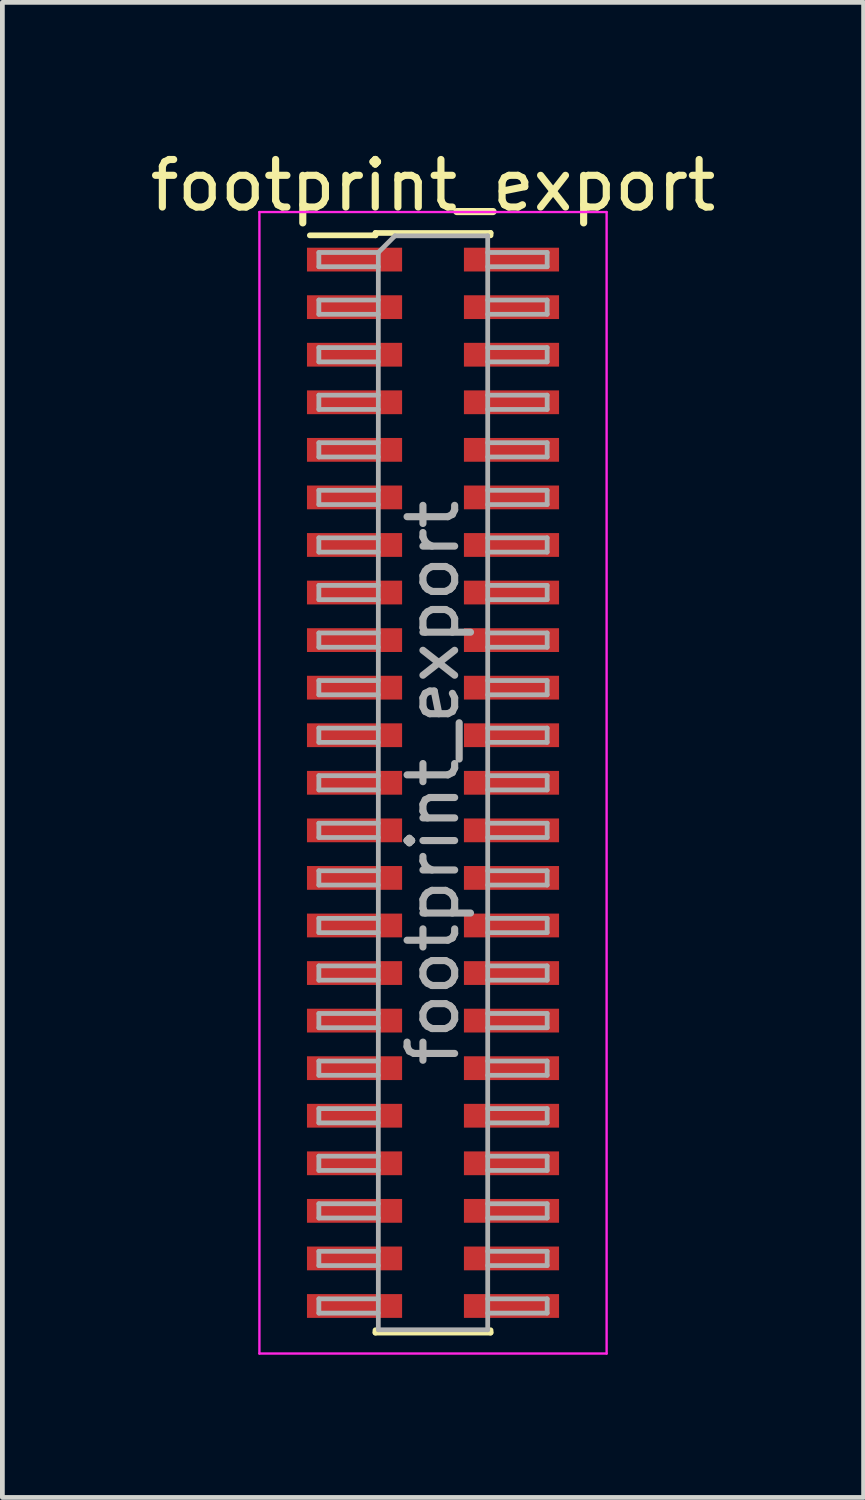
<source format=kicad_pcb>
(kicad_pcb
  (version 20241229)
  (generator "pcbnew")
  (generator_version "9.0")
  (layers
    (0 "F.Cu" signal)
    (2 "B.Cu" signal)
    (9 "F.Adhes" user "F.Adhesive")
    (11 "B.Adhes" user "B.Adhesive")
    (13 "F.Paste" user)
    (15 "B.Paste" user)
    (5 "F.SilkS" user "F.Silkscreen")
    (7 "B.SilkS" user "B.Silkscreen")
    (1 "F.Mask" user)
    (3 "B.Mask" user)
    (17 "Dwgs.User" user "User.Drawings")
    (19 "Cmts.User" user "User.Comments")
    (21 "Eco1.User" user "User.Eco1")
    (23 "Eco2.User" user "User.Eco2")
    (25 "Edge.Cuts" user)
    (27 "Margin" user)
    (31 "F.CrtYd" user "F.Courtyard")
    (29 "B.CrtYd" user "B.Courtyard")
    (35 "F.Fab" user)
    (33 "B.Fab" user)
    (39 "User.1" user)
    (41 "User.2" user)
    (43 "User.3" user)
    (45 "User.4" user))
  (footprint "footprint_export"
    (layer "F.Cu")
    (at 6.054 13.408)
    (property "Reference" "footprint_export" (at 0 -12.56 0) (layer "F.SilkS") (effects (font (size 1 1) (thickness 0.15))))
    (attr smd)
    (fp_line (start -2.59 -11.51) (end -1.21 -11.51) (stroke (width 0.12) (type solid)) (layer "F.SilkS"))
    (fp_line (start -1.21 -11.56) (end -1.21 -11.51) (stroke (width 0.12) (type solid)) (layer "F.SilkS"))
    (fp_line (start -1.21 -11.56) (end 1.21 -11.56) (stroke (width 0.12) (type solid)) (layer "F.SilkS"))
    (fp_line (start -1.21 11.51) (end -1.21 11.56) (stroke (width 0.12) (type solid)) (layer "F.SilkS"))
    (fp_line (start -1.21 11.56) (end 1.21 11.56) (stroke (width 0.12) (type solid)) (layer "F.SilkS"))
    (fp_line (start 1.21 -11.56) (end 1.21 -11.51) (stroke (width 0.12) (type solid)) (layer "F.SilkS"))
    (fp_line (start 1.21 11.51) (end 1.21 11.56) (stroke (width 0.12) (type solid)) (layer "F.SilkS"))
    (fp_line (start -3.65 -12) (end -3.65 12) (stroke (width 0.05) (type solid)) (layer "F.CrtYd"))
    (fp_line (start -3.65 12) (end 3.65 12) (stroke (width 0.05) (type solid)) (layer "F.CrtYd"))
    (fp_line (start 3.65 -12) (end -3.65 -12) (stroke (width 0.05) (type solid)) (layer "F.CrtYd"))
    (fp_line (start 3.65 12) (end 3.65 -12) (stroke (width 0.05) (type solid)) (layer "F.CrtYd"))
    (fp_line (start -2.4 -11.15) (end -2.4 -10.85) (stroke (width 0.1) (type solid)) (layer "F.Fab"))
    (fp_line (start -2.4 -10.85) (end -1.15 -10.85) (stroke (width 0.1) (type solid)) (layer "F.Fab"))
    (fp_line (start -2.4 -10.15) (end -2.4 -9.85) (stroke (width 0.1) (type solid)) (layer "F.Fab"))
    (fp_line (start -2.4 -9.85) (end -1.15 -9.85) (stroke (width 0.1) (type solid)) (layer "F.Fab"))
    (fp_line (start -2.4 -9.15) (end -2.4 -8.85) (stroke (width 0.1) (type solid)) (layer "F.Fab"))
    (fp_line (start -2.4 -8.85) (end -1.15 -8.85) (stroke (width 0.1) (type solid)) (layer "F.Fab"))
    (fp_line (start -2.4 -8.15) (end -2.4 -7.85) (stroke (width 0.1) (type solid)) (layer "F.Fab"))
    (fp_line (start -2.4 -7.85) (end -1.15 -7.85) (stroke (width 0.1) (type solid)) (layer "F.Fab"))
    (fp_line (start -2.4 -7.15) (end -2.4 -6.85) (stroke (width 0.1) (type solid)) (layer "F.Fab"))
    (fp_line (start -2.4 -6.85) (end -1.15 -6.85) (stroke (width 0.1) (type solid)) (layer "F.Fab"))
    (fp_line (start -2.4 -6.15) (end -2.4 -5.85) (stroke (width 0.1) (type solid)) (layer "F.Fab"))
    (fp_line (start -2.4 -5.85) (end -1.15 -5.85) (stroke (width 0.1) (type solid)) (layer "F.Fab"))
    (fp_line (start -2.4 -5.15) (end -2.4 -4.85) (stroke (width 0.1) (type solid)) (layer "F.Fab"))
    (fp_line (start -2.4 -4.85) (end -1.15 -4.85) (stroke (width 0.1) (type solid)) (layer "F.Fab"))
    (fp_line (start -2.4 -4.15) (end -2.4 -3.85) (stroke (width 0.1) (type solid)) (layer "F.Fab"))
    (fp_line (start -2.4 -3.85) (end -1.15 -3.85) (stroke (width 0.1) (type solid)) (layer "F.Fab"))
    (fp_line (start -2.4 -3.15) (end -2.4 -2.85) (stroke (width 0.1) (type solid)) (layer "F.Fab"))
    (fp_line (start -2.4 -2.85) (end -1.15 -2.85) (stroke (width 0.1) (type solid)) (layer "F.Fab"))
    (fp_line (start -2.4 -2.15) (end -2.4 -1.85) (stroke (width 0.1) (type solid)) (layer "F.Fab"))
    (fp_line (start -2.4 -1.85) (end -1.15 -1.85) (stroke (width 0.1) (type solid)) (layer "F.Fab"))
    (fp_line (start -2.4 -1.15) (end -2.4 -0.85) (stroke (width 0.1) (type solid)) (layer "F.Fab"))
    (fp_line (start -2.4 -0.85) (end -1.15 -0.85) (stroke (width 0.1) (type solid)) (layer "F.Fab"))
    (fp_line (start -2.4 -0.15) (end -2.4 0.15) (stroke (width 0.1) (type solid)) (layer "F.Fab"))
    (fp_line (start -2.4 0.15) (end -1.15 0.15) (stroke (width 0.1) (type solid)) (layer "F.Fab"))
    (fp_line (start -2.4 0.85) (end -2.4 1.15) (stroke (width 0.1) (type solid)) (layer "F.Fab"))
    (fp_line (start -2.4 1.15) (end -1.15 1.15) (stroke (width 0.1) (type solid)) (layer "F.Fab"))
    (fp_line (start -2.4 1.85) (end -2.4 2.15) (stroke (width 0.1) (type solid)) (layer "F.Fab"))
    (fp_line (start -2.4 2.15) (end -1.15 2.15) (stroke (width 0.1) (type solid)) (layer "F.Fab"))
    (fp_line (start -2.4 2.85) (end -2.4 3.15) (stroke (width 0.1) (type solid)) (layer "F.Fab"))
    (fp_line (start -2.4 3.15) (end -1.15 3.15) (stroke (width 0.1) (type solid)) (layer "F.Fab"))
    (fp_line (start -2.4 3.85) (end -2.4 4.15) (stroke (width 0.1) (type solid)) (layer "F.Fab"))
    (fp_line (start -2.4 4.15) (end -1.15 4.15) (stroke (width 0.1) (type solid)) (layer "F.Fab"))
    (fp_line (start -2.4 4.85) (end -2.4 5.15) (stroke (width 0.1) (type solid)) (layer "F.Fab"))
    (fp_line (start -2.4 5.15) (end -1.15 5.15) (stroke (width 0.1) (type solid)) (layer "F.Fab"))
    (fp_line (start -2.4 5.85) (end -2.4 6.15) (stroke (width 0.1) (type solid)) (layer "F.Fab"))
    (fp_line (start -2.4 6.15) (end -1.15 6.15) (stroke (width 0.1) (type solid)) (layer "F.Fab"))
    (fp_line (start -2.4 6.85) (end -2.4 7.15) (stroke (width 0.1) (type solid)) (layer "F.Fab"))
    (fp_line (start -2.4 7.15) (end -1.15 7.15) (stroke (width 0.1) (type solid)) (layer "F.Fab"))
    (fp_line (start -2.4 7.85) (end -2.4 8.15) (stroke (width 0.1) (type solid)) (layer "F.Fab"))
    (fp_line (start -2.4 8.15) (end -1.15 8.15) (stroke (width 0.1) (type solid)) (layer "F.Fab"))
    (fp_line (start -2.4 8.85) (end -2.4 9.15) (stroke (width 0.1) (type solid)) (layer "F.Fab"))
    (fp_line (start -2.4 9.15) (end -1.15 9.15) (stroke (width 0.1) (type solid)) (layer "F.Fab"))
    (fp_line (start -2.4 9.85) (end -2.4 10.15) (stroke (width 0.1) (type solid)) (layer "F.Fab"))
    (fp_line (start -2.4 10.15) (end -1.15 10.15) (stroke (width 0.1) (type solid)) (layer "F.Fab"))
    (fp_line (start -2.4 10.85) (end -2.4 11.15) (stroke (width 0.1) (type solid)) (layer "F.Fab"))
    (fp_line (start -2.4 11.15) (end -1.15 11.15) (stroke (width 0.1) (type solid)) (layer "F.Fab"))
    (fp_line (start -1.15 -11.15) (end -2.4 -11.15) (stroke (width 0.1) (type solid)) (layer "F.Fab"))
    (fp_line (start -1.15 -11.15) (end -0.8 -11.5) (stroke (width 0.1) (type solid)) (layer "F.Fab"))
    (fp_line (start -1.15 -10.15) (end -2.4 -10.15) (stroke (width 0.1) (type solid)) (layer "F.Fab"))
    (fp_line (start -1.15 -9.15) (end -2.4 -9.15) (stroke (width 0.1) (type solid)) (layer "F.Fab"))
    (fp_line (start -1.15 -8.15) (end -2.4 -8.15) (stroke (width 0.1) (type solid)) (layer "F.Fab"))
    (fp_line (start -1.15 -7.15) (end -2.4 -7.15) (stroke (width 0.1) (type solid)) (layer "F.Fab"))
    (fp_line (start -1.15 -6.15) (end -2.4 -6.15) (stroke (width 0.1) (type solid)) (layer "F.Fab"))
    (fp_line (start -1.15 -5.15) (end -2.4 -5.15) (stroke (width 0.1) (type solid)) (layer "F.Fab"))
    (fp_line (start -1.15 -4.15) (end -2.4 -4.15) (stroke (width 0.1) (type solid)) (layer "F.Fab"))
    (fp_line (start -1.15 -3.15) (end -2.4 -3.15) (stroke (width 0.1) (type solid)) (layer "F.Fab"))
    (fp_line (start -1.15 -2.15) (end -2.4 -2.15) (stroke (width 0.1) (type solid)) (layer "F.Fab"))
    (fp_line (start -1.15 -1.15) (end -2.4 -1.15) (stroke (width 0.1) (type solid)) (layer "F.Fab"))
    (fp_line (start -1.15 -0.15) (end -2.4 -0.15) (stroke (width 0.1) (type solid)) (layer "F.Fab"))
    (fp_line (start -1.15 0.85) (end -2.4 0.85) (stroke (width 0.1) (type solid)) (layer "F.Fab"))
    (fp_line (start -1.15 1.85) (end -2.4 1.85) (stroke (width 0.1) (type solid)) (layer "F.Fab"))
    (fp_line (start -1.15 2.85) (end -2.4 2.85) (stroke (width 0.1) (type solid)) (layer "F.Fab"))
    (fp_line (start -1.15 3.85) (end -2.4 3.85) (stroke (width 0.1) (type solid)) (layer "F.Fab"))
    (fp_line (start -1.15 4.85) (end -2.4 4.85) (stroke (width 0.1) (type solid)) (layer "F.Fab"))
    (fp_line (start -1.15 5.85) (end -2.4 5.85) (stroke (width 0.1) (type solid)) (layer "F.Fab"))
    (fp_line (start -1.15 6.85) (end -2.4 6.85) (stroke (width 0.1) (type solid)) (layer "F.Fab"))
    (fp_line (start -1.15 7.85) (end -2.4 7.85) (stroke (width 0.1) (type solid)) (layer "F.Fab"))
    (fp_line (start -1.15 8.85) (end -2.4 8.85) (stroke (width 0.1) (type solid)) (layer "F.Fab"))
    (fp_line (start -1.15 9.85) (end -2.4 9.85) (stroke (width 0.1) (type solid)) (layer "F.Fab"))
    (fp_line (start -1.15 10.85) (end -2.4 10.85) (stroke (width 0.1) (type solid)) (layer "F.Fab"))
    (fp_line (start -1.15 11.5) (end -1.15 -11.15) (stroke (width 0.1) (type solid)) (layer "F.Fab"))
    (fp_line (start -0.8 -11.5) (end 1.15 -11.5) (stroke (width 0.1) (type solid)) (layer "F.Fab"))
    (fp_line (start 1.15 -11.5) (end 1.15 11.5) (stroke (width 0.1) (type solid)) (layer "F.Fab"))
    (fp_line (start 1.15 -11.15) (end 2.4 -11.15) (stroke (width 0.1) (type solid)) (layer "F.Fab"))
    (fp_line (start 1.15 -10.15) (end 2.4 -10.15) (stroke (width 0.1) (type solid)) (layer "F.Fab"))
    (fp_line (start 1.15 -9.15) (end 2.4 -9.15) (stroke (width 0.1) (type solid)) (layer "F.Fab"))
    (fp_line (start 1.15 -8.15) (end 2.4 -8.15) (stroke (width 0.1) (type solid)) (layer "F.Fab"))
    (fp_line (start 1.15 -7.15) (end 2.4 -7.15) (stroke (width 0.1) (type solid)) (layer "F.Fab"))
    (fp_line (start 1.15 -6.15) (end 2.4 -6.15) (stroke (width 0.1) (type solid)) (layer "F.Fab"))
    (fp_line (start 1.15 -5.15) (end 2.4 -5.15) (stroke (width 0.1) (type solid)) (layer "F.Fab"))
    (fp_line (start 1.15 -4.15) (end 2.4 -4.15) (stroke (width 0.1) (type solid)) (layer "F.Fab"))
    (fp_line (start 1.15 -3.15) (end 2.4 -3.15) (stroke (width 0.1) (type solid)) (layer "F.Fab"))
    (fp_line (start 1.15 -2.15) (end 2.4 -2.15) (stroke (width 0.1) (type solid)) (layer "F.Fab"))
    (fp_line (start 1.15 -1.15) (end 2.4 -1.15) (stroke (width 0.1) (type solid)) (layer "F.Fab"))
    (fp_line (start 1.15 -0.15) (end 2.4 -0.15) (stroke (width 0.1) (type solid)) (layer "F.Fab"))
    (fp_line (start 1.15 0.85) (end 2.4 0.85) (stroke (width 0.1) (type solid)) (layer "F.Fab"))
    (fp_line (start 1.15 1.85) (end 2.4 1.85) (stroke (width 0.1) (type solid)) (layer "F.Fab"))
    (fp_line (start 1.15 2.85) (end 2.4 2.85) (stroke (width 0.1) (type solid)) (layer "F.Fab"))
    (fp_line (start 1.15 3.85) (end 2.4 3.85) (stroke (width 0.1) (type solid)) (layer "F.Fab"))
    (fp_line (start 1.15 4.85) (end 2.4 4.85) (stroke (width 0.1) (type solid)) (layer "F.Fab"))
    (fp_line (start 1.15 5.85) (end 2.4 5.85) (stroke (width 0.1) (type solid)) (layer "F.Fab"))
    (fp_line (start 1.15 6.85) (end 2.4 6.85) (stroke (width 0.1) (type solid)) (layer "F.Fab"))
    (fp_line (start 1.15 7.85) (end 2.4 7.85) (stroke (width 0.1) (type solid)) (layer "F.Fab"))
    (fp_line (start 1.15 8.85) (end 2.4 8.85) (stroke (width 0.1) (type solid)) (layer "F.Fab"))
    (fp_line (start 1.15 9.85) (end 2.4 9.85) (stroke (width 0.1) (type solid)) (layer "F.Fab"))
    (fp_line (start 1.15 10.85) (end 2.4 10.85) (stroke (width 0.1) (type solid)) (layer "F.Fab"))
    (fp_line (start 1.15 11.5) (end -1.15 11.5) (stroke (width 0.1) (type solid)) (layer "F.Fab"))
    (fp_line (start 2.4 -11.15) (end 2.4 -10.85) (stroke (width 0.1) (type solid)) (layer "F.Fab"))
    (fp_line (start 2.4 -10.85) (end 1.15 -10.85) (stroke (width 0.1) (type solid)) (layer "F.Fab"))
    (fp_line (start 2.4 -10.15) (end 2.4 -9.85) (stroke (width 0.1) (type solid)) (layer "F.Fab"))
    (fp_line (start 2.4 -9.85) (end 1.15 -9.85) (stroke (width 0.1) (type solid)) (layer "F.Fab"))
    (fp_line (start 2.4 -9.15) (end 2.4 -8.85) (stroke (width 0.1) (type solid)) (layer "F.Fab"))
    (fp_line (start 2.4 -8.85) (end 1.15 -8.85) (stroke (width 0.1) (type solid)) (layer "F.Fab"))
    (fp_line (start 2.4 -8.15) (end 2.4 -7.85) (stroke (width 0.1) (type solid)) (layer "F.Fab"))
    (fp_line (start 2.4 -7.85) (end 1.15 -7.85) (stroke (width 0.1) (type solid)) (layer "F.Fab"))
    (fp_line (start 2.4 -7.15) (end 2.4 -6.85) (stroke (width 0.1) (type solid)) (layer "F.Fab"))
    (fp_line (start 2.4 -6.85) (end 1.15 -6.85) (stroke (width 0.1) (type solid)) (layer "F.Fab"))
    (fp_line (start 2.4 -6.15) (end 2.4 -5.85) (stroke (width 0.1) (type solid)) (layer "F.Fab"))
    (fp_line (start 2.4 -5.85) (end 1.15 -5.85) (stroke (width 0.1) (type solid)) (layer "F.Fab"))
    (fp_line (start 2.4 -5.15) (end 2.4 -4.85) (stroke (width 0.1) (type solid)) (layer "F.Fab"))
    (fp_line (start 2.4 -4.85) (end 1.15 -4.85) (stroke (width 0.1) (type solid)) (layer "F.Fab"))
    (fp_line (start 2.4 -4.15) (end 2.4 -3.85) (stroke (width 0.1) (type solid)) (layer "F.Fab"))
    (fp_line (start 2.4 -3.85) (end 1.15 -3.85) (stroke (width 0.1) (type solid)) (layer "F.Fab"))
    (fp_line (start 2.4 -3.15) (end 2.4 -2.85) (stroke (width 0.1) (type solid)) (layer "F.Fab"))
    (fp_line (start 2.4 -2.85) (end 1.15 -2.85) (stroke (width 0.1) (type solid)) (layer "F.Fab"))
    (fp_line (start 2.4 -2.15) (end 2.4 -1.85) (stroke (width 0.1) (type solid)) (layer "F.Fab"))
    (fp_line (start 2.4 -1.85) (end 1.15 -1.85) (stroke (width 0.1) (type solid)) (layer "F.Fab"))
    (fp_line (start 2.4 -1.15) (end 2.4 -0.85) (stroke (width 0.1) (type solid)) (layer "F.Fab"))
    (fp_line (start 2.4 -0.85) (end 1.15 -0.85) (stroke (width 0.1) (type solid)) (layer "F.Fab"))
    (fp_line (start 2.4 -0.15) (end 2.4 0.15) (stroke (width 0.1) (type solid)) (layer "F.Fab"))
    (fp_line (start 2.4 0.15) (end 1.15 0.15) (stroke (width 0.1) (type solid)) (layer "F.Fab"))
    (fp_line (start 2.4 0.85) (end 2.4 1.15) (stroke (width 0.1) (type solid)) (layer "F.Fab"))
    (fp_line (start 2.4 1.15) (end 1.15 1.15) (stroke (width 0.1) (type solid)) (layer "F.Fab"))
    (fp_line (start 2.4 1.85) (end 2.4 2.15) (stroke (width 0.1) (type solid)) (layer "F.Fab"))
    (fp_line (start 2.4 2.15) (end 1.15 2.15) (stroke (width 0.1) (type solid)) (layer "F.Fab"))
    (fp_line (start 2.4 2.85) (end 2.4 3.15) (stroke (width 0.1) (type solid)) (layer "F.Fab"))
    (fp_line (start 2.4 3.15) (end 1.15 3.15) (stroke (width 0.1) (type solid)) (layer "F.Fab"))
    (fp_line (start 2.4 3.85) (end 2.4 4.15) (stroke (width 0.1) (type solid)) (layer "F.Fab"))
    (fp_line (start 2.4 4.15) (end 1.15 4.15) (stroke (width 0.1) (type solid)) (layer "F.Fab"))
    (fp_line (start 2.4 4.85) (end 2.4 5.15) (stroke (width 0.1) (type solid)) (layer "F.Fab"))
    (fp_line (start 2.4 5.15) (end 1.15 5.15) (stroke (width 0.1) (type solid)) (layer "F.Fab"))
    (fp_line (start 2.4 5.85) (end 2.4 6.15) (stroke (width 0.1) (type solid)) (layer "F.Fab"))
    (fp_line (start 2.4 6.15) (end 1.15 6.15) (stroke (width 0.1) (type solid)) (layer "F.Fab"))
    (fp_line (start 2.4 6.85) (end 2.4 7.15) (stroke (width 0.1) (type solid)) (layer "F.Fab"))
    (fp_line (start 2.4 7.15) (end 1.15 7.15) (stroke (width 0.1) (type solid)) (layer "F.Fab"))
    (fp_line (start 2.4 7.85) (end 2.4 8.15) (stroke (width 0.1) (type solid)) (layer "F.Fab"))
    (fp_line (start 2.4 8.15) (end 1.15 8.15) (stroke (width 0.1) (type solid)) (layer "F.Fab"))
    (fp_line (start 2.4 8.85) (end 2.4 9.15) (stroke (width 0.1) (type solid)) (layer "F.Fab"))
    (fp_line (start 2.4 9.15) (end 1.15 9.15) (stroke (width 0.1) (type solid)) (layer "F.Fab"))
    (fp_line (start 2.4 9.85) (end 2.4 10.15) (stroke (width 0.1) (type solid)) (layer "F.Fab"))
    (fp_line (start 2.4 10.15) (end 1.15 10.15) (stroke (width 0.1) (type solid)) (layer "F.Fab"))
    (fp_line (start 2.4 10.85) (end 2.4 11.15) (stroke (width 0.1) (type solid)) (layer "F.Fab"))
    (fp_line (start 2.4 11.15) (end 1.15 11.15) (stroke (width 0.1) (type solid)) (layer "F.Fab"))
    (fp_text user "${REFERENCE}" (at 0 0 90) (layer "F.Fab") (effects (font (size 1 1) (thickness 0.15))))
    (pad "1" smd rect (at -1.65 -11) (size 2 0.5) (layers "F.Cu" "F.Mask" "F.Paste"))
    (pad "2" smd rect (at 1.65 -11) (size 2 0.5) (layers "F.Cu" "F.Mask" "F.Paste"))
    (pad "3" smd rect (at -1.65 -10) (size 2 0.5) (layers "F.Cu" "F.Mask" "F.Paste"))
    (pad "4" smd rect (at 1.65 -10) (size 2 0.5) (layers "F.Cu" "F.Mask" "F.Paste"))
    (pad "5" smd rect (at -1.65 -9) (size 2 0.5) (layers "F.Cu" "F.Mask" "F.Paste"))
    (pad "6" smd rect (at 1.65 -9) (size 2 0.5) (layers "F.Cu" "F.Mask" "F.Paste"))
    (pad "7" smd rect (at -1.65 -8) (size 2 0.5) (layers "F.Cu" "F.Mask" "F.Paste"))
    (pad "8" smd rect (at 1.65 -8) (size 2 0.5) (layers "F.Cu" "F.Mask" "F.Paste"))
    (pad "9" smd rect (at -1.65 -7) (size 2 0.5) (layers "F.Cu" "F.Mask" "F.Paste"))
    (pad "10" smd rect (at 1.65 -7) (size 2 0.5) (layers "F.Cu" "F.Mask" "F.Paste"))
    (pad "11" smd rect (at -1.65 -6) (size 2 0.5) (layers "F.Cu" "F.Mask" "F.Paste"))
    (pad "12" smd rect (at 1.65 -6) (size 2 0.5) (layers "F.Cu" "F.Mask" "F.Paste"))
    (pad "13" smd rect (at -1.65 -5) (size 2 0.5) (layers "F.Cu" "F.Mask" "F.Paste"))
    (pad "14" smd rect (at 1.65 -5) (size 2 0.5) (layers "F.Cu" "F.Mask" "F.Paste"))
    (pad "15" smd rect (at -1.65 -4) (size 2 0.5) (layers "F.Cu" "F.Mask" "F.Paste"))
    (pad "16" smd rect (at 1.65 -4) (size 2 0.5) (layers "F.Cu" "F.Mask" "F.Paste"))
    (pad "17" smd rect (at -1.65 -3) (size 2 0.5) (layers "F.Cu" "F.Mask" "F.Paste"))
    (pad "18" smd rect (at 1.65 -3) (size 2 0.5) (layers "F.Cu" "F.Mask" "F.Paste"))
    (pad "19" smd rect (at -1.65 -2) (size 2 0.5) (layers "F.Cu" "F.Mask" "F.Paste"))
    (pad "20" smd rect (at 1.65 -2) (size 2 0.5) (layers "F.Cu" "F.Mask" "F.Paste"))
    (pad "21" smd rect (at -1.65 -1) (size 2 0.5) (layers "F.Cu" "F.Mask" "F.Paste"))
    (pad "22" smd rect (at 1.65 -1) (size 2 0.5) (layers "F.Cu" "F.Mask" "F.Paste"))
    (pad "23" smd rect (at -1.65 0) (size 2 0.5) (layers "F.Cu" "F.Mask" "F.Paste"))
    (pad "24" smd rect (at 1.65 0) (size 2 0.5) (layers "F.Cu" "F.Mask" "F.Paste"))
    (pad "25" smd rect (at -1.65 1) (size 2 0.5) (layers "F.Cu" "F.Mask" "F.Paste"))
    (pad "26" smd rect (at 1.65 1) (size 2 0.5) (layers "F.Cu" "F.Mask" "F.Paste"))
    (pad "27" smd rect (at -1.65 2) (size 2 0.5) (layers "F.Cu" "F.Mask" "F.Paste"))
    (pad "28" smd rect (at 1.65 2) (size 2 0.5) (layers "F.Cu" "F.Mask" "F.Paste"))
    (pad "29" smd rect (at -1.65 3) (size 2 0.5) (layers "F.Cu" "F.Mask" "F.Paste"))
    (pad "30" smd rect (at 1.65 3) (size 2 0.5) (layers "F.Cu" "F.Mask" "F.Paste"))
    (pad "31" smd rect (at -1.65 4) (size 2 0.5) (layers "F.Cu" "F.Mask" "F.Paste"))
    (pad "32" smd rect (at 1.65 4) (size 2 0.5) (layers "F.Cu" "F.Mask" "F.Paste"))
    (pad "33" smd rect (at -1.65 5) (size 2 0.5) (layers "F.Cu" "F.Mask" "F.Paste"))
    (pad "34" smd rect (at 1.65 5) (size 2 0.5) (layers "F.Cu" "F.Mask" "F.Paste"))
    (pad "35" smd rect (at -1.65 6) (size 2 0.5) (layers "F.Cu" "F.Mask" "F.Paste"))
    (pad "36" smd rect (at 1.65 6) (size 2 0.5) (layers "F.Cu" "F.Mask" "F.Paste"))
    (pad "37" smd rect (at -1.65 7) (size 2 0.5) (layers "F.Cu" "F.Mask" "F.Paste"))
    (pad "38" smd rect (at 1.65 7) (size 2 0.5) (layers "F.Cu" "F.Mask" "F.Paste"))
    (pad "39" smd rect (at -1.65 8) (size 2 0.5) (layers "F.Cu" "F.Mask" "F.Paste"))
    (pad "40" smd rect (at 1.65 8) (size 2 0.5) (layers "F.Cu" "F.Mask" "F.Paste"))
    (pad "41" smd rect (at -1.65 9) (size 2 0.5) (layers "F.Cu" "F.Mask" "F.Paste"))
    (pad "42" smd rect (at 1.65 9) (size 2 0.5) (layers "F.Cu" "F.Mask" "F.Paste"))
    (pad "43" smd rect (at -1.65 10) (size 2 0.5) (layers "F.Cu" "F.Mask" "F.Paste"))
    (pad "44" smd rect (at 1.65 10) (size 2 0.5) (layers "F.Cu" "F.Mask" "F.Paste"))
    (pad "45" smd rect (at -1.65 11) (size 2 0.5) (layers "F.Cu" "F.Mask" "F.Paste"))
    (pad "46" smd rect (at 1.65 11) (size 2 0.5) (layers "F.Cu" "F.Mask" "F.Paste")))
  (gr_rect
    (start -3 -3)
    (end 15.107 28.433)
    (stroke (width 0.1) (type default))
    (fill no)
    (layer "Edge.Cuts")))
</source>
